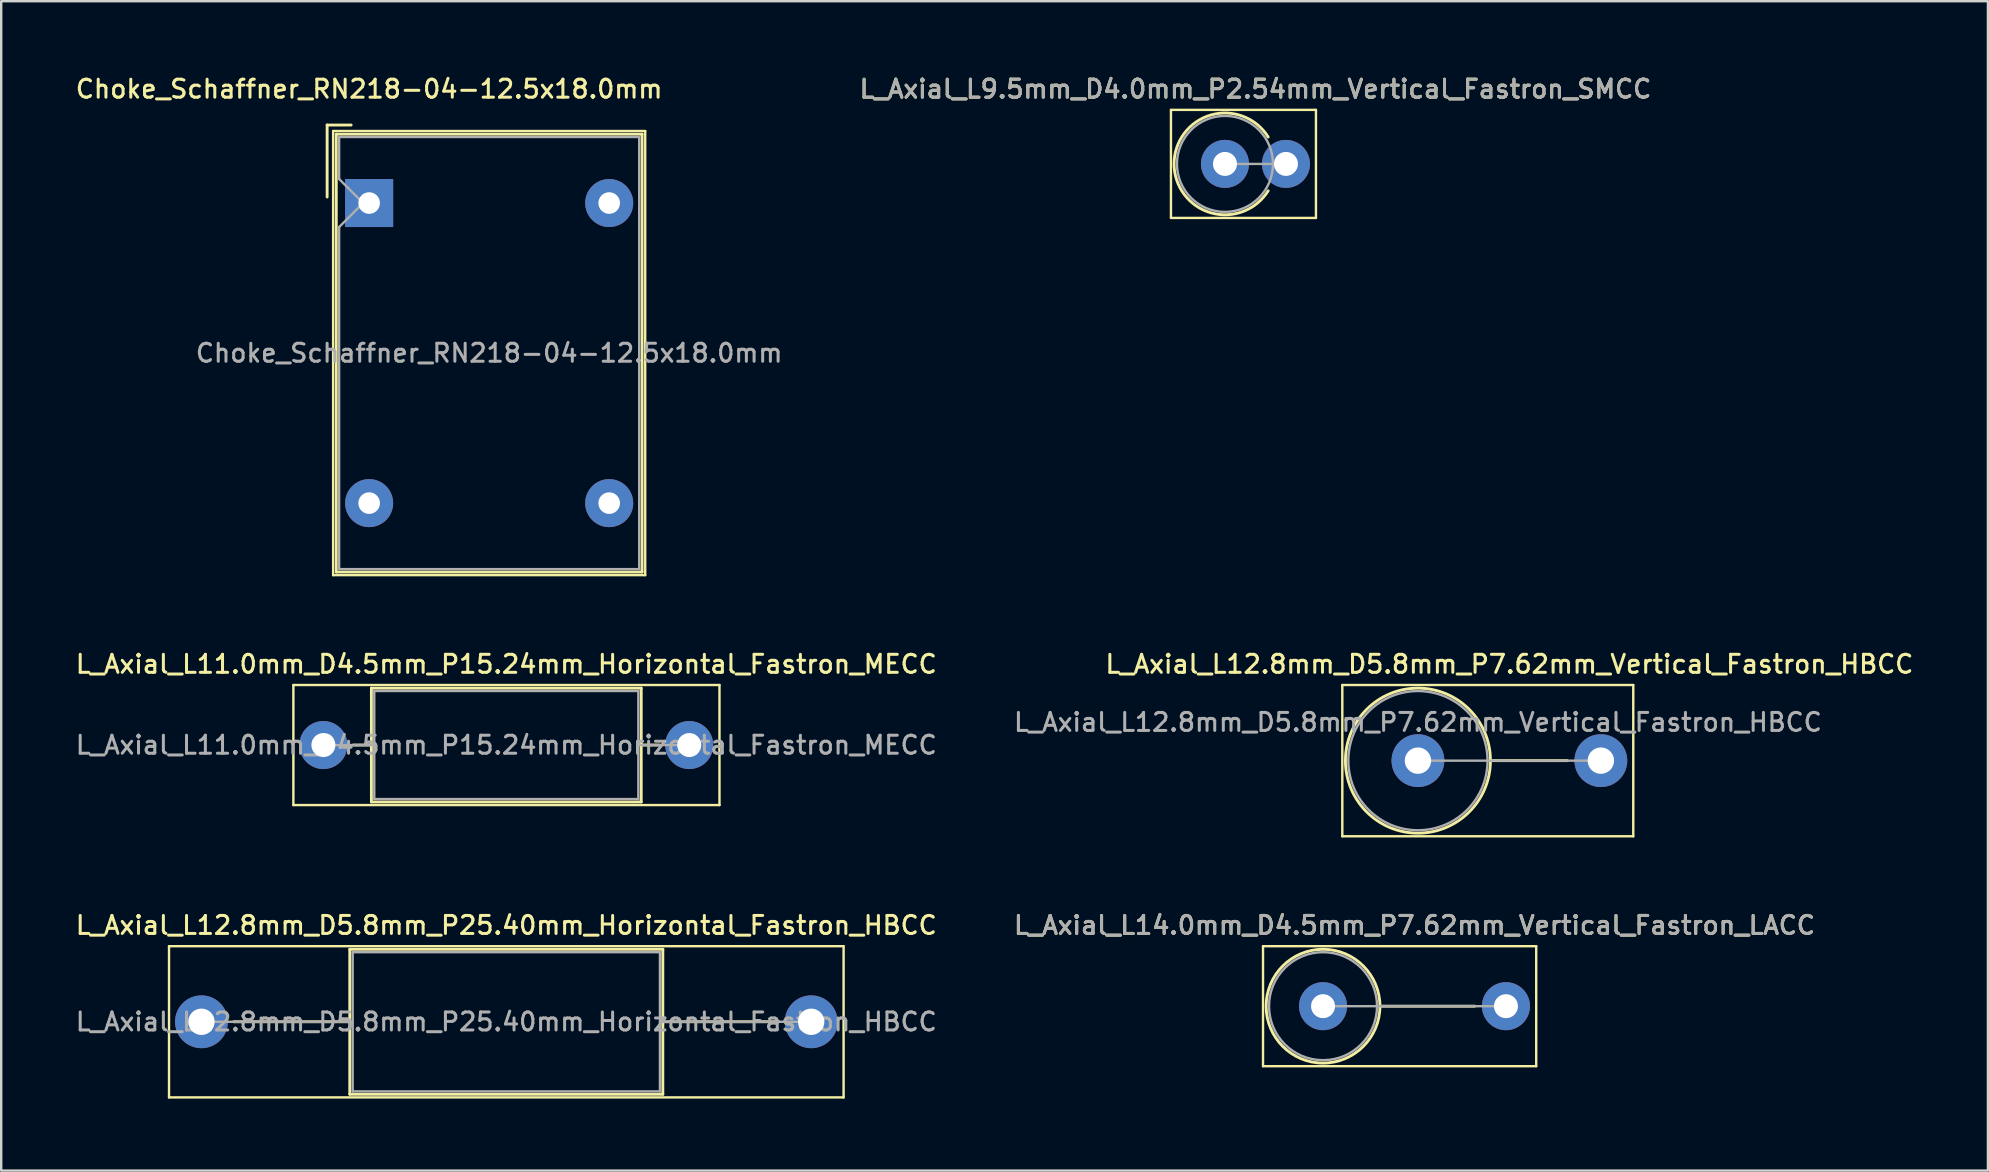
<source format=kicad_pcb>
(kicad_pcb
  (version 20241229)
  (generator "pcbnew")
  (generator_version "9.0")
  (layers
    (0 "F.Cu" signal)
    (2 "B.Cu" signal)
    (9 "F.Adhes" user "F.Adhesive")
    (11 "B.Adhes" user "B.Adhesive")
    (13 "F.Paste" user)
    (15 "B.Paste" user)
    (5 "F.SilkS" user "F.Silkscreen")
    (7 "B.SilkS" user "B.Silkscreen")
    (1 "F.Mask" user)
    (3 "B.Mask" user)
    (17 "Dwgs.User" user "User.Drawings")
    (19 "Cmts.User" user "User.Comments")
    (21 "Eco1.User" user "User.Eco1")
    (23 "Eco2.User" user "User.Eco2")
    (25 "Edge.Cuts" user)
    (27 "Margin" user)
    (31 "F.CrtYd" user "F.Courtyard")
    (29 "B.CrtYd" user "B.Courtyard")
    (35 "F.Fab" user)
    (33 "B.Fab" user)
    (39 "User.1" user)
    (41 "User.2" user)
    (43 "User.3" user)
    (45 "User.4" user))
  (footprint "L_Axial_L11.0mm_D4.5mm_P15.24mm_Horizontal_Fastron_MECC"
    (layer "F.Cu")
    (at 10.421 27.986)
    (property "Reference" "L_Axial_L11.0mm_D4.5mm_P15.24mm_Horizontal_Fastron_MECC" (at 7.62 -3.37 0) (layer "F.SilkS") (effects (font (size 0.75 0.75) (thickness 0.125))))
    (attr through_hole)
    (fp_line (start -1.25 -2.5) (end -1.25 2.5) (stroke (width 0.1) (type solid)) (layer "F.SilkS"))
    (fp_line (start -1.25 2.5) (end 16.5 2.5) (stroke (width 0.1) (type solid)) (layer "F.SilkS"))
    (fp_line (start 1.24 0) (end 2 0) (stroke (width 0.12) (type solid)) (layer "F.SilkS"))
    (fp_line (start 2 -2.37) (end 2 2.37) (stroke (width 0.12) (type solid)) (layer "F.SilkS"))
    (fp_line (start 2 2.37) (end 13.24 2.37) (stroke (width 0.12) (type solid)) (layer "F.SilkS"))
    (fp_line (start 13.24 -2.37) (end 2 -2.37) (stroke (width 0.12) (type solid)) (layer "F.SilkS"))
    (fp_line (start 13.24 2.37) (end 13.24 -2.37) (stroke (width 0.12) (type solid)) (layer "F.SilkS"))
    (fp_line (start 14 0) (end 13.24 0) (stroke (width 0.12) (type solid)) (layer "F.SilkS"))
    (fp_line (start 16.5 -2.5) (end -1.25 -2.5) (stroke (width 0.1) (type solid)) (layer "F.SilkS"))
    (fp_line (start 16.5 2.5) (end 16.5 -2.5) (stroke (width 0.1) (type solid)) (layer "F.SilkS"))
    (fp_line (start 0 0) (end 2.12 0) (stroke (width 0.1) (type solid)) (layer "F.Fab"))
    (fp_line (start 2.12 -2.25) (end 2.12 2.25) (stroke (width 0.1) (type solid)) (layer "F.Fab"))
    (fp_line (start 2.12 2.25) (end 13.12 2.25) (stroke (width 0.1) (type solid)) (layer "F.Fab"))
    (fp_line (start 13.12 -2.25) (end 2.12 -2.25) (stroke (width 0.1) (type solid)) (layer "F.Fab"))
    (fp_line (start 13.12 2.25) (end 13.12 -2.25) (stroke (width 0.1) (type solid)) (layer "F.Fab"))
    (fp_line (start 15.24 0) (end 13.12 0) (stroke (width 0.1) (type solid)) (layer "F.Fab"))
    (fp_text user "${REFERENCE}" (at 7.62 0 0) (layer "F.Fab") (effects (font (size 0.75 0.75) (thickness 0.125))))
    (pad "1" thru_hole circle (at 0 0) (size 2 2) (drill 1) (layers "*.Cu" "*.Mask"))
    (pad "2" thru_hole oval (at 15.24 0) (size 2 2) (drill 1) (layers "*.Cu" "*.Mask")))
  (footprint "Choke_Schaffner_RN218-04-12.5x18.0mm"
    (layer "F.Cu")
    (at 12.327 5.408)
    (property "Reference" "Choke_Schaffner_RN218-04-12.5x18.0mm" (at 0 -4.75 0) (layer "F.SilkS") (effects (font (size 0.75 0.75) (thickness 0.125))))
    (attr through_hole)
    (fp_line (start -1.75 -3.25) (end -1.75 -0.25) (stroke (width 0.12) (type solid)) (layer "F.SilkS"))
    (fp_line (start -1.75 -3.25) (end -0.75 -3.25) (stroke (width 0.12) (type solid)) (layer "F.SilkS"))
    (fp_line (start -1.5 -3) (end -1.5 15.5) (stroke (width 0.1) (type solid)) (layer "F.SilkS"))
    (fp_line (start -1.5 15.5) (end 11.5 15.5) (stroke (width 0.1) (type solid)) (layer "F.SilkS"))
    (fp_line (start -1.37 -2.87) (end 11.37 -2.87) (stroke (width 0.12) (type solid)) (layer "F.SilkS"))
    (fp_line (start -1.37 15.37) (end -1.37 -2.87) (stroke (width 0.12) (type solid)) (layer "F.SilkS"))
    (fp_line (start 11.37 -2.87) (end 11.37 15.37) (stroke (width 0.12) (type solid)) (layer "F.SilkS"))
    (fp_line (start 11.37 15.37) (end -1.37 15.37) (stroke (width 0.12) (type solid)) (layer "F.SilkS"))
    (fp_line (start 11.5 -3) (end -1.5 -3) (stroke (width 0.1) (type solid)) (layer "F.SilkS"))
    (fp_line (start 11.5 15.5) (end 11.5 -3) (stroke (width 0.1) (type solid)) (layer "F.SilkS"))
    (fp_line (start -1.25 -2.75) (end 11.25 -2.75) (stroke (width 0.1) (type solid)) (layer "F.Fab"))
    (fp_line (start -1.25 -1) (end -1.25 -2.75) (stroke (width 0.1) (type solid)) (layer "F.Fab"))
    (fp_line (start -1.25 1) (end -0.25 0) (stroke (width 0.1) (type solid)) (layer "F.Fab"))
    (fp_line (start -1.25 15.25) (end -1.25 1) (stroke (width 0.1) (type solid)) (layer "F.Fab"))
    (fp_line (start -0.25 0) (end -1.25 -1) (stroke (width 0.1) (type solid)) (layer "F.Fab"))
    (fp_line (start 11.25 -2.75) (end 11.25 15.25) (stroke (width 0.1) (type solid)) (layer "F.Fab"))
    (fp_line (start 11.25 15.25) (end -1.25 15.25) (stroke (width 0.1) (type solid)) (layer "F.Fab"))
    (fp_text user "${REFERENCE}" (at 5 6.25 0) (layer "F.Fab") (effects (font (size 0.75 0.75) (thickness 0.125))))
    (pad "1" thru_hole rect (at 0 0) (size 2 2) (drill 0.9) (layers "*.Cu" "*.Mask"))
    (pad "2" thru_hole circle (at 10 0) (size 2 2) (drill 0.9) (layers "*.Cu" "*.Mask"))
    (pad "3" thru_hole circle (at 0 12.5) (size 2 2) (drill 0.9) (layers "*.Cu" "*.Mask"))
    (pad "4" thru_hole circle (at 10 12.5) (size 2 2) (drill 0.9) (layers "*.Cu" "*.Mask")))
  (footprint "L_Axial_L14.0mm_D4.5mm_P7.62mm_Vertical_Fastron_LACC"
    (layer "F.Cu")
    (at 52.063 38.864)
    (property "Reference" "L_Axial_L14.0mm_D4.5mm_P7.62mm_Vertical_Fastron_LACC" (at 3.81 -3.37 0) (layer "F.SilkS") (effects (font (size 0.75 0.75) (thickness 0.125))))
    (attr through_hole)
    (fp_line (start -2.5 -2.5) (end -2.5 2.5) (stroke (width 0.1) (type solid)) (layer "F.SilkS"))
    (fp_line (start -2.5 2.5) (end 8.88 2.5) (stroke (width 0.1) (type solid)) (layer "F.SilkS"))
    (fp_line (start 2.37 0) (end 6.32 0) (stroke (width 0.12) (type solid)) (layer "F.SilkS"))
    (fp_line (start 8.88 -2.5) (end -2.5 -2.5) (stroke (width 0.1) (type solid)) (layer "F.SilkS"))
    (fp_line (start 8.88 2.5) (end 8.88 -2.5) (stroke (width 0.1) (type solid)) (layer "F.SilkS"))
    (fp_circle (center 0 0) (end 2.37 0) (stroke (width 0.12) (type solid)) (fill no) (layer "F.SilkS"))
    (fp_line (start 0 0) (end 7.62 0) (stroke (width 0.1) (type solid)) (layer "F.Fab"))
    (fp_circle (center 0 0) (end 2.25 0) (stroke (width 0.1) (type solid)) (fill no) (layer "F.Fab"))
    (fp_text user "${REFERENCE}" (at 3.81 -3.37 0) (layer "F.Fab") (effects (font (size 0.75 0.75) (thickness 0.125))))
    (pad "1" thru_hole circle (at 0 0) (size 2 2) (drill 1) (layers "*.Cu" "*.Mask"))
    (pad "2" thru_hole oval (at 7.62 0) (size 2 2) (drill 1) (layers "*.Cu" "*.Mask")))
  (footprint "L_Axial_L9.5mm_D4.0mm_P2.54mm_Vertical_Fastron_SMCC"
    (layer "F.Cu")
    (at 47.978 3.778)
    (property "Reference" "L_Axial_L9.5mm_D4.0mm_P2.54mm_Vertical_Fastron_SMCC" (at 1.27 -3.12 0) (layer "F.SilkS") (effects (font (size 0.75 0.75) (thickness 0.125))))
    (attr through_hole)
    (fp_line (start -2.25 -2.25) (end -2.25 2.25) (stroke (width 0.1) (type solid)) (layer "F.SilkS"))
    (fp_line (start -2.25 2.25) (end 3.79 2.25) (stroke (width 0.1) (type solid)) (layer "F.SilkS"))
    (fp_line (start 3.79 -2.25) (end -2.25 -2.25) (stroke (width 0.1) (type solid)) (layer "F.SilkS"))
    (fp_line (start 3.79 2.25) (end 3.79 -2.25) (stroke (width 0.1) (type solid)) (layer "F.SilkS"))
    (fp_arc (start 1.8 1.12) (mid -2.12 0) (end 1.8 -1.12) (stroke (width 0.12) (type solid)) (layer "F.SilkS"))
    (fp_line (start 0 0) (end 2.54 0) (stroke (width 0.1) (type solid)) (layer "F.Fab"))
    (fp_circle (center 0 0) (end 2 0) (stroke (width 0.1) (type solid)) (fill no) (layer "F.Fab"))
    (fp_text user "${REFERENCE}" (at 1.27 -3.12 0) (layer "F.Fab") (effects (font (size 0.75 0.75) (thickness 0.125))))
    (pad "1" thru_hole circle (at 0 0) (size 2 2) (drill 1) (layers "*.Cu" "*.Mask"))
    (pad "2" thru_hole oval (at 2.54 0) (size 2 2) (drill 1) (layers "*.Cu" "*.Mask")))
  (footprint "L_Axial_L12.8mm_D5.8mm_P7.62mm_Vertical_Fastron_HBCC"
    (layer "F.Cu")
    (at 56.016 28.636)
    (property "Reference" "L_Axial_L12.8mm_D5.8mm_P7.62mm_Vertical_Fastron_HBCC" (at 3.81 -4.02 0) (layer "F.SilkS") (effects (font (size 0.75 0.75) (thickness 0.125))))
    (attr through_hole)
    (fp_line (start -3.15 -3.15) (end -3.15 3.15) (stroke (width 0.1) (type solid)) (layer "F.SilkS"))
    (fp_line (start -3.15 3.15) (end 8.97 3.15) (stroke (width 0.1) (type solid)) (layer "F.SilkS"))
    (fp_line (start 3.02 0) (end 6.22 0) (stroke (width 0.12) (type solid)) (layer "F.SilkS"))
    (fp_line (start 8.97 -3.15) (end -3.15 -3.15) (stroke (width 0.1) (type solid)) (layer "F.SilkS"))
    (fp_line (start 8.97 3.15) (end 8.97 -3.15) (stroke (width 0.1) (type solid)) (layer "F.SilkS"))
    (fp_circle (center 0 0) (end 3.02 0) (stroke (width 0.12) (type solid)) (fill no) (layer "F.SilkS"))
    (fp_line (start 0 0) (end 7.62 0) (stroke (width 0.1) (type solid)) (layer "F.Fab"))
    (fp_circle (center 0 0) (end 2.9 0) (stroke (width 0.1) (type solid)) (fill no) (layer "F.Fab"))
    (fp_text user "${REFERENCE}" (at 0 -1.6 0) (layer "F.Fab") (effects (font (size 0.75 0.75) (thickness 0.125))))
    (pad "1" thru_hole circle (at 0 0) (size 2.2 2.2) (drill 1.1) (layers "*.Cu" "*.Mask"))
    (pad "2" thru_hole oval (at 7.62 0) (size 2.2 2.2) (drill 1.1) (layers "*.Cu" "*.Mask")))
  (footprint "L_Axial_L12.8mm_D5.8mm_P25.40mm_Horizontal_Fastron_HBCC"
    (layer "F.Cu")
    (at 5.341 39.514)
    (property "Reference" "L_Axial_L12.8mm_D5.8mm_P25.40mm_Horizontal_Fastron_HBCC" (at 12.7 -4.02 0) (layer "F.SilkS") (effects (font (size 0.75 0.75) (thickness 0.125))))
    (attr through_hole)
    (fp_line (start -1.35 -3.15) (end -1.35 3.15) (stroke (width 0.1) (type solid)) (layer "F.SilkS"))
    (fp_line (start -1.35 3.15) (end 26.75 3.15) (stroke (width 0.1) (type solid)) (layer "F.SilkS"))
    (fp_line (start 1.34 0) (end 6.18 0) (stroke (width 0.12) (type solid)) (layer "F.SilkS"))
    (fp_line (start 6.18 -3.02) (end 6.18 3.02) (stroke (width 0.12) (type solid)) (layer "F.SilkS"))
    (fp_line (start 6.18 3.02) (end 19.22 3.02) (stroke (width 0.12) (type solid)) (layer "F.SilkS"))
    (fp_line (start 19.22 -3.02) (end 6.18 -3.02) (stroke (width 0.12) (type solid)) (layer "F.SilkS"))
    (fp_line (start 19.22 3.02) (end 19.22 -3.02) (stroke (width 0.12) (type solid)) (layer "F.SilkS"))
    (fp_line (start 24.06 0) (end 19.22 0) (stroke (width 0.12) (type solid)) (layer "F.SilkS"))
    (fp_line (start 26.75 -3.15) (end -1.35 -3.15) (stroke (width 0.1) (type solid)) (layer "F.SilkS"))
    (fp_line (start 26.75 3.15) (end 26.75 -3.15) (stroke (width 0.1) (type solid)) (layer "F.SilkS"))
    (fp_line (start 0 0) (end 6.3 0) (stroke (width 0.1) (type solid)) (layer "F.Fab"))
    (fp_line (start 6.3 -2.9) (end 6.3 2.9) (stroke (width 0.1) (type solid)) (layer "F.Fab"))
    (fp_line (start 6.3 2.9) (end 19.1 2.9) (stroke (width 0.1) (type solid)) (layer "F.Fab"))
    (fp_line (start 19.1 -2.9) (end 6.3 -2.9) (stroke (width 0.1) (type solid)) (layer "F.Fab"))
    (fp_line (start 19.1 2.9) (end 19.1 -2.9) (stroke (width 0.1) (type solid)) (layer "F.Fab"))
    (fp_line (start 25.4 0) (end 19.1 0) (stroke (width 0.1) (type solid)) (layer "F.Fab"))
    (fp_text user "${REFERENCE}" (at 12.7 0 0) (layer "F.Fab") (effects (font (size 0.75 0.75) (thickness 0.125))))
    (pad "1" thru_hole circle (at 0 0) (size 2.2 2.2) (drill 1.1) (layers "*.Cu" "*.Mask"))
    (pad "2" thru_hole oval (at 25.4 0) (size 2.2 2.2) (drill 1.1) (layers "*.Cu" "*.Mask")))
  (gr_rect
    (start -3 -3)
    (end 79.76 45.714)
    (stroke (width 0.1) (type default))
    (fill no)
    (layer "Edge.Cuts")))
</source>
